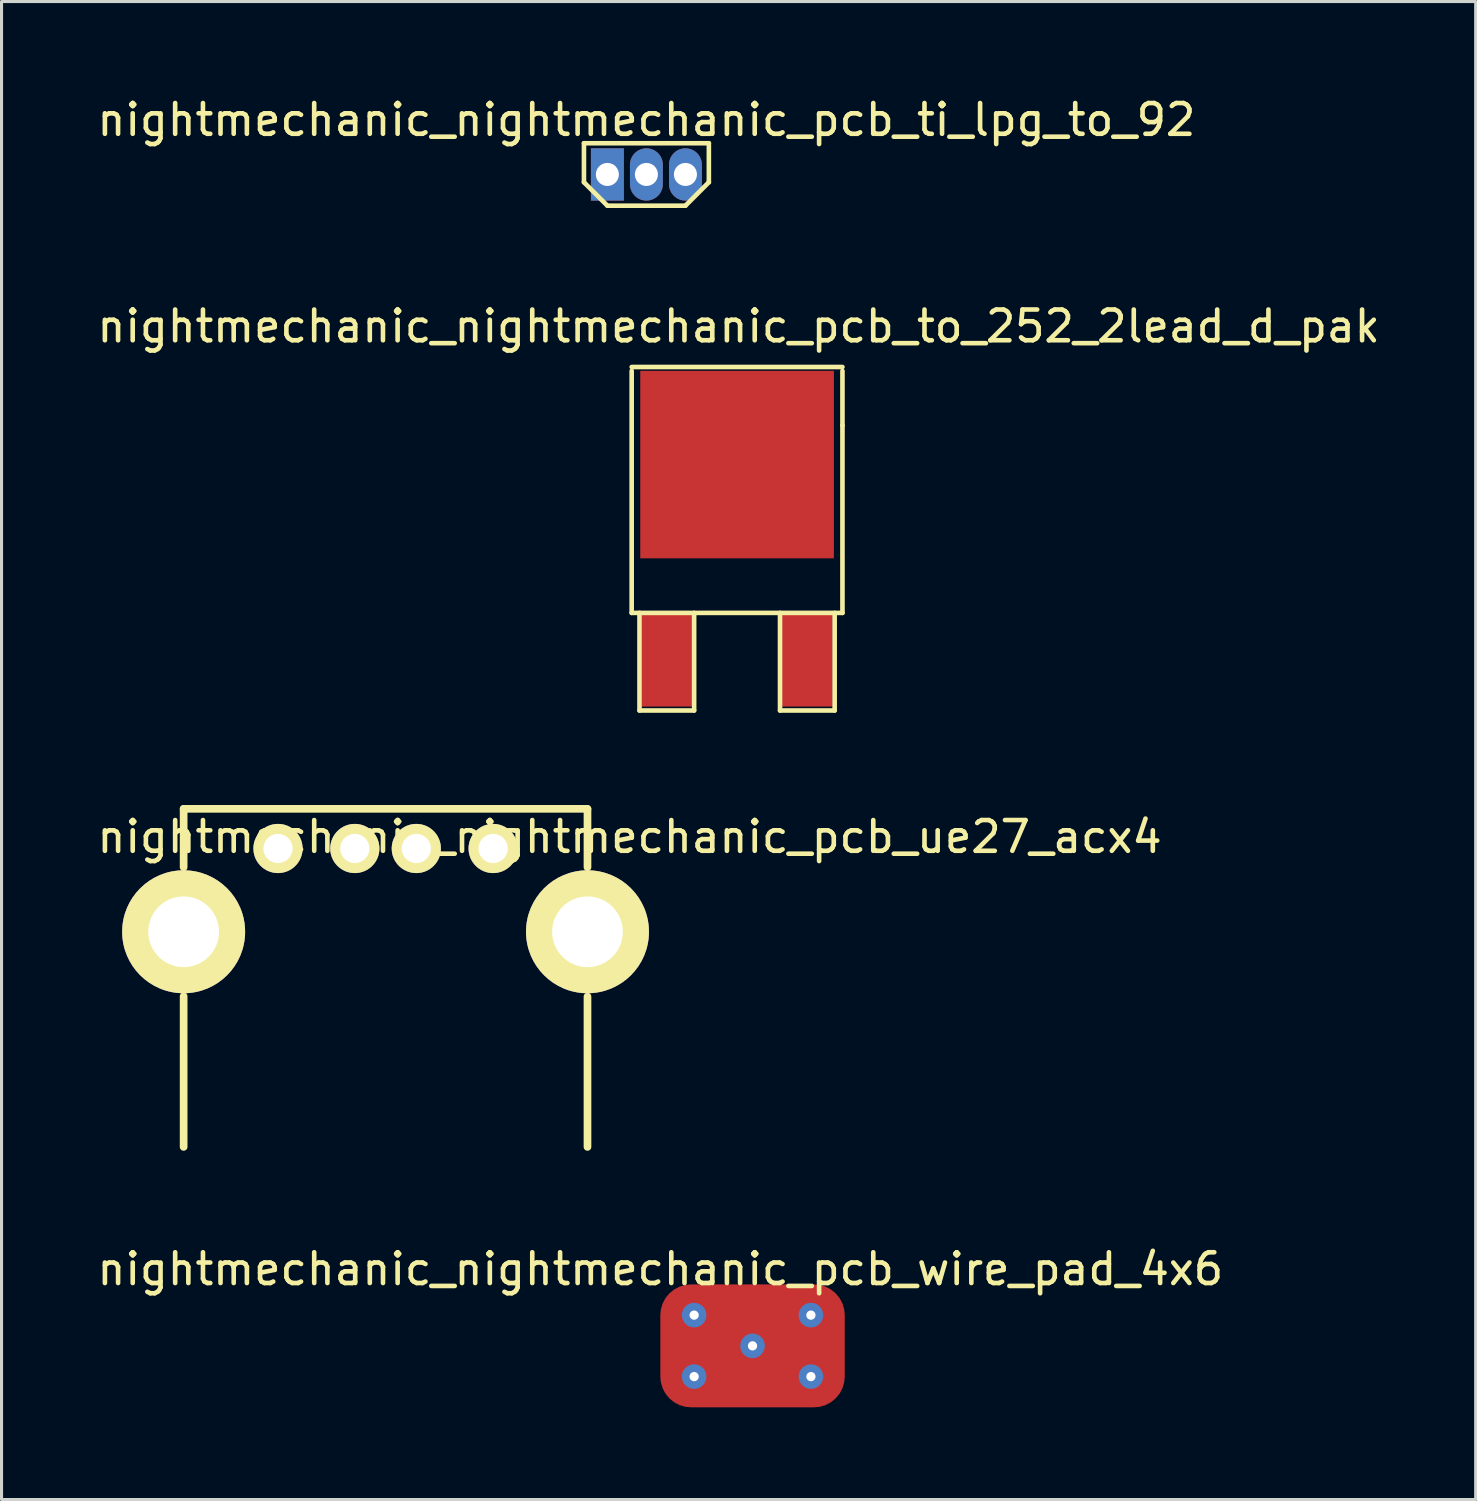
<source format=kicad_pcb>
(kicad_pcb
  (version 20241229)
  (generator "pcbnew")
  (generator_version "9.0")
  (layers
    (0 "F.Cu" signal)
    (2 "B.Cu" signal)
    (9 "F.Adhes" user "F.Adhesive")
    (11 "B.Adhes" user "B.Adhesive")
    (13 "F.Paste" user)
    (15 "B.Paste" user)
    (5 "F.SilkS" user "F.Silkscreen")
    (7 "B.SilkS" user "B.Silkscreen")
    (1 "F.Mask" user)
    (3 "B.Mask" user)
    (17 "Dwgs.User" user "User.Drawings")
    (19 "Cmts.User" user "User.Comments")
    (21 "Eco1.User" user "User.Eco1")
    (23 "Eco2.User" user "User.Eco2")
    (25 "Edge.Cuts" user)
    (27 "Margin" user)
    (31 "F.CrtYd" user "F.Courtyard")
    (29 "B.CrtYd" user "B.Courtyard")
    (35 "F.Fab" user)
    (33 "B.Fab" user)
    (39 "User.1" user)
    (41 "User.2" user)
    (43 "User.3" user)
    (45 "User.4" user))
  (footprint "nightmechanic_nightmechanic_pcb_to_252_2lead_d_pak"
    (layer "F.Cu")
    (at 20.932 18.416)
    (property "Reference" "nightmechanic_nightmechanic_pcb_to_252_2lead_d_pak" (at 0.05 -10.85 0) (layer "F.SilkS") (effects (font (size 1 1) (thickness 0.15))))
    (attr smd)
    (fp_line (start -3.429 -9.525) (end 3.429 -9.525) (stroke (width 0.15) (type solid)) (layer "F.SilkS"))
    (fp_line (start -3.429 -1.524) (end -3.429 -9.398) (stroke (width 0.15) (type solid)) (layer "F.SilkS"))
    (fp_line (start -3.175 -1.524) (end -3.175 1.651) (stroke (width 0.15) (type solid)) (layer "F.SilkS"))
    (fp_line (start -3.175 1.651) (end -1.397 1.651) (stroke (width 0.15) (type solid)) (layer "F.SilkS"))
    (fp_line (start -1.397 1.651) (end -1.397 -1.524) (stroke (width 0.15) (type solid)) (layer "F.SilkS"))
    (fp_line (start 1.397 -1.524) (end 1.397 1.651) (stroke (width 0.15) (type solid)) (layer "F.SilkS"))
    (fp_line (start 1.397 1.651) (end 3.175 1.651) (stroke (width 0.15) (type solid)) (layer "F.SilkS"))
    (fp_line (start 3.175 1.651) (end 3.175 -1.524) (stroke (width 0.15) (type solid)) (layer "F.SilkS"))
    (fp_line (start 3.429 -9.398) (end 3.429 -7.62) (stroke (width 0.15) (type solid)) (layer "F.SilkS"))
    (fp_line (start 3.429 -7.62) (end 3.429 -1.524) (stroke (width 0.15) (type solid)) (layer "F.SilkS"))
    (fp_line (start 3.429 -1.524) (end -3.429 -1.524) (stroke (width 0.15) (type solid)) (layer "F.SilkS"))
    (pad "1" smd rect (at -2.286 0) (size 1.651 3.048) (layers "F.Cu" "F.Mask" "F.Paste"))
    (pad "2" smd rect (at 0 -6.35) (size 6.3 6.1) (layers "F.Cu" "F.Mask" "F.Paste"))
    (pad "3" smd rect (at 2.286 0) (size 1.651 3.048) (layers "F.Cu" "F.Mask" "F.Paste")))
  (footprint "nightmechanic_nightmechanic_pcb_ti_lpg_to_92"
    (layer "F.Cu")
    (at 17.982 2.626)
    (property "Reference" "nightmechanic_nightmechanic_pcb_ti_lpg_to_92" (at 0 -1.778 0) (layer "F.SilkS") (effects (font (size 1 1) (thickness 0.15))))
    (attr through_hole)
    (fp_line (start -2.032 -1.016) (end 2.032 -1.016) (stroke (width 0.15) (type solid)) (layer "F.SilkS"))
    (fp_line (start -2.032 0.254) (end -2.032 -1.016) (stroke (width 0.15) (type solid)) (layer "F.SilkS"))
    (fp_line (start -1.27 1.016) (end -2.032 0.254) (stroke (width 0.15) (type solid)) (layer "F.SilkS"))
    (fp_line (start 1.27 1.016) (end -1.27 1.016) (stroke (width 0.15) (type solid)) (layer "F.SilkS"))
    (fp_line (start 2.032 -1.016) (end 2.032 0.254) (stroke (width 0.15) (type solid)) (layer "F.SilkS"))
    (fp_line (start 2.032 0.254) (end 1.27 1.016) (stroke (width 0.15) (type solid)) (layer "F.SilkS"))
    (pad "1" thru_hole rect (at -1.27 0) (size 1.07 1.7) (drill 0.75) (layers "*.Cu" "*.Mask"))
    (pad "2" thru_hole oval (at 0 0) (size 1.07 1.7) (drill 0.75) (layers "*.Cu" "*.Mask"))
    (pad "3" thru_hole oval (at 1.27 0) (size 1.07 1.7) (drill 0.75) (layers "*.Cu" "*.Mask")))
  (footprint "nightmechanic_nightmechanic_pcb_wire_pad_4x6"
    (layer "F.Cu")
    (at 21.435 40.74)
    (property "Reference" "nightmechanic_nightmechanic_pcb_wire_pad_4x6" (at -3 -2.5 0) (unlocked yes) (layer "F.SilkS") (effects (font (size 1 1) (thickness 0.15))))
    (attr smd)
    (pad "1" thru_hole circle (at -1.9 -1) (size 0.8 0.8) (drill 0.3) (layers "*.Cu"))
    (pad "1" thru_hole circle (at -1.9 1) (size 0.8 0.8) (drill 0.3) (layers "*.Cu"))
    (pad "1" thru_hole circle (at 0 0) (size 0.8 0.8) (drill 0.3) (layers "*.Cu"))
    (pad "1" smd roundrect (at 0 0) (size 6 4) (layers "F.Cu" "F.Mask" "F.Paste") (roundrect_rratio 0.25))
    (pad "1" thru_hole circle (at 1.9 -1) (size 0.8 0.8) (drill 0.3) (layers "*.Cu"))
    (pad "1" thru_hole circle (at 1.9 1) (size 0.8 0.8) (drill 0.3) (layers "*.Cu")))
  (footprint "nightmechanic_nightmechanic_pcb_ue27_acx4"
    (layer "F.Cu")
    (at 9.495 27.267)
    (property "Reference" "nightmechanic_nightmechanic_pcb_ue27_acx4" (at 7.94 -3.09 0) (layer "F.SilkS") (effects (font (size 1 1) (thickness 0.15))))
    (attr through_hole)
    (fp_line (start -6.57 -4) (end 6.57 -4) (stroke (width 0.25) (type solid)) (layer "F.SilkS"))
    (fp_line (start -6.57 -2.1) (end -6.57 -4) (stroke (width 0.25) (type solid)) (layer "F.SilkS"))
    (fp_line (start -6.57 2.1) (end -6.57 7) (stroke (width 0.25) (type solid)) (layer "F.SilkS"))
    (fp_line (start 6.57 -2.1) (end 6.57 -3.99) (stroke (width 0.25) (type solid)) (layer "F.SilkS"))
    (fp_line (start 6.57 2.11) (end 6.57 7) (stroke (width 0.25) (type solid)) (layer "F.SilkS"))
    (pad "1" thru_hole circle (at -3.5 -2.71) (size 1.6 1.6) (drill 0.95) (layers "*.Cu" "*.Mask" "F.SilkS"))
    (pad "2" thru_hole circle (at -1 -2.71) (size 1.6 1.6) (drill 0.95) (layers "*.Cu" "*.Mask" "F.SilkS"))
    (pad "3" thru_hole circle (at 1 -2.71) (size 1.6 1.6) (drill 0.95) (layers "*.Cu" "*.Mask" "F.SilkS"))
    (pad "4" thru_hole circle (at 3.5 -2.71) (size 1.6 1.6) (drill 0.95) (layers "*.Cu" "*.Mask" "F.SilkS"))
    (pad "5" thru_hole circle (at -6.57 0) (size 4 4) (drill 2.3) (layers "*.Cu" "*.Mask" "F.SilkS"))
    (pad "6" thru_hole circle (at 6.57 0) (size 4 4) (drill 2.3) (layers "*.Cu" "*.Mask" "F.SilkS")))
  (gr_rect
    (start -3 -3)
    (end 44.964 45.74)
    (stroke (width 0.1) (type default))
    (fill no)
    (layer "Edge.Cuts")))
</source>
